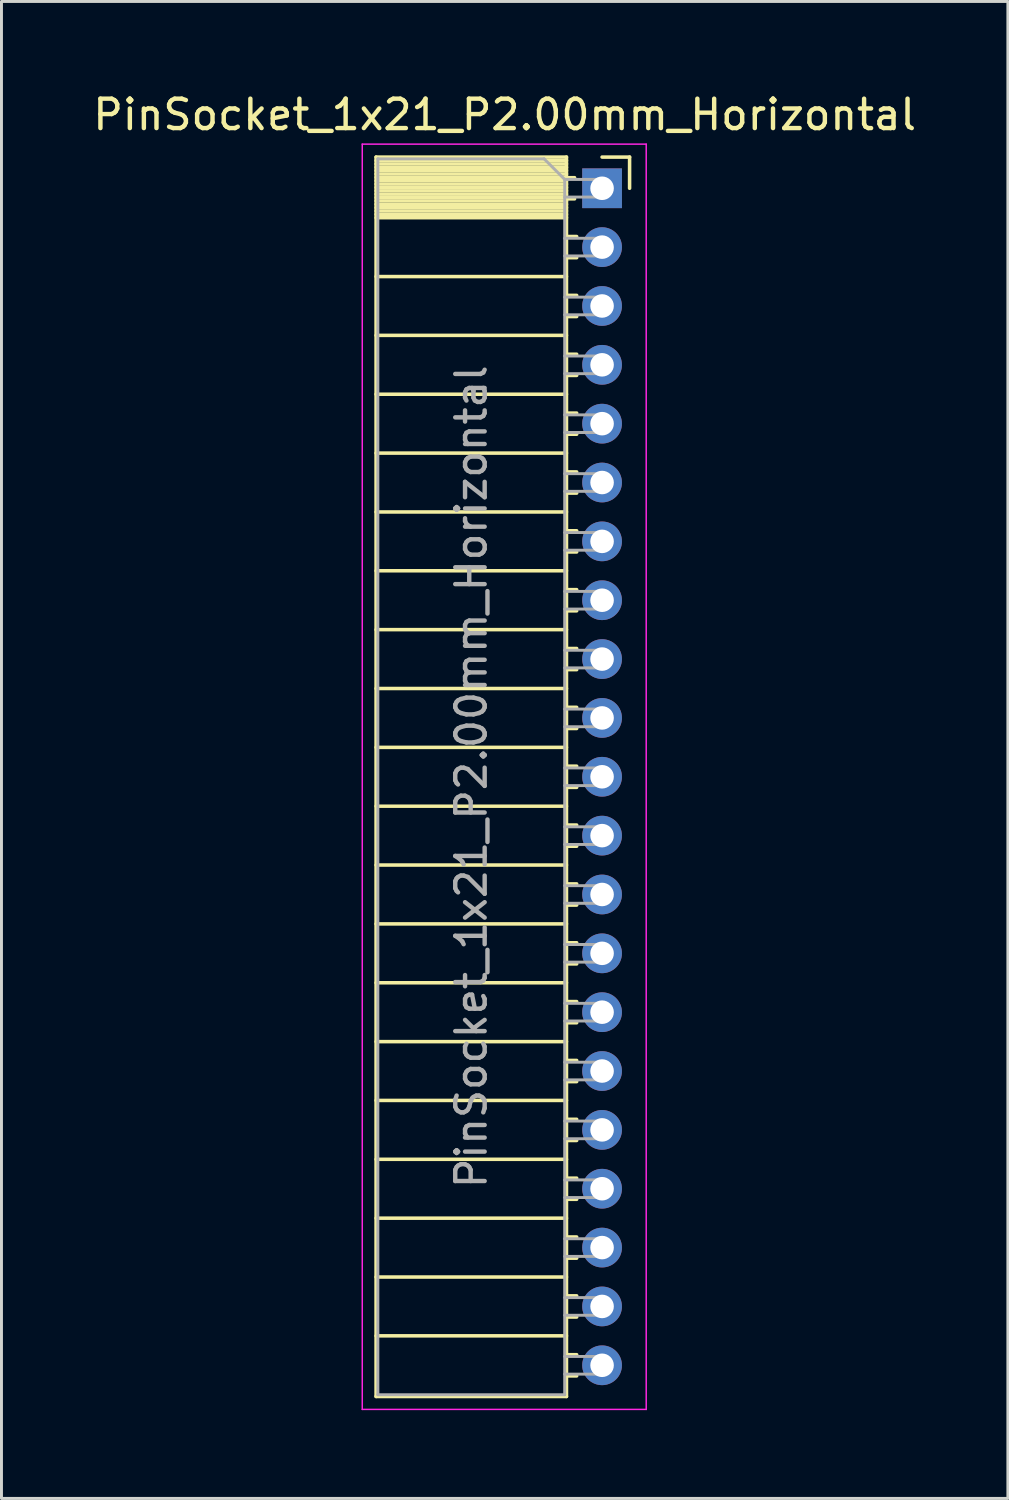
<source format=kicad_pcb>
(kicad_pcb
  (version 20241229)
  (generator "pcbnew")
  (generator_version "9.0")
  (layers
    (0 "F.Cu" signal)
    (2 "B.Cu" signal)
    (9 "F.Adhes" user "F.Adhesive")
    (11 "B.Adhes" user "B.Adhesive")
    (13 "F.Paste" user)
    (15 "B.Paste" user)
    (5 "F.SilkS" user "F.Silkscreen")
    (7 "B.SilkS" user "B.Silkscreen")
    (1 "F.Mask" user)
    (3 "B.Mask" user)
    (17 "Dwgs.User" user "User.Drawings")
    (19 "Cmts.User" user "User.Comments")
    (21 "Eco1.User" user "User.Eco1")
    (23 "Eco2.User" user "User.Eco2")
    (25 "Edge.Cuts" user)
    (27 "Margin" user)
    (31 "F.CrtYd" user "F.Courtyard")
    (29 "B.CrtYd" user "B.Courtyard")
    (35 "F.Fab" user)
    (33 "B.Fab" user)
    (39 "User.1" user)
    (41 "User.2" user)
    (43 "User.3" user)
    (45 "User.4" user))
  (footprint "PinSocket_1x21_P2.00mm_Horizontal"
    (layer "F.Cu")
    (at 17.411 3.348)
    (property "Reference" "PinSocket_1x21_P2.00mm_Horizontal" (at -3.31 -2.5 0) (layer "F.SilkS") (effects (font (size 1 1) (thickness 0.15))))
    (attr through_hole)
    (fp_line (start -7.68 -1.06) (end -7.68 41.06) (stroke (width 0.12) (type solid)) (layer "F.SilkS"))
    (fp_line (start -7.68 -1.06) (end -1.21 -1.06) (stroke (width 0.12) (type solid)) (layer "F.SilkS"))
    (fp_line (start -7.68 -0.94) (end -1.21 -0.94) (stroke (width 0.12) (type solid)) (layer "F.SilkS"))
    (fp_line (start -7.68 -0.826) (end -1.21 -0.826) (stroke (width 0.12) (type solid)) (layer "F.SilkS"))
    (fp_line (start -7.68 -0.712) (end -1.21 -0.712) (stroke (width 0.12) (type solid)) (layer "F.SilkS"))
    (fp_line (start -7.68 -0.598) (end -1.21 -0.598) (stroke (width 0.12) (type solid)) (layer "F.SilkS"))
    (fp_line (start -7.68 -0.484) (end -1.21 -0.484) (stroke (width 0.12) (type solid)) (layer "F.SilkS"))
    (fp_line (start -7.68 -0.369) (end -1.21 -0.369) (stroke (width 0.12) (type solid)) (layer "F.SilkS"))
    (fp_line (start -7.68 -0.255) (end -1.21 -0.255) (stroke (width 0.12) (type solid)) (layer "F.SilkS"))
    (fp_line (start -7.68 -0.141) (end -1.21 -0.141) (stroke (width 0.12) (type solid)) (layer "F.SilkS"))
    (fp_line (start -7.68 -0.027) (end -1.21 -0.027) (stroke (width 0.12) (type solid)) (layer "F.SilkS"))
    (fp_line (start -7.68 0.087) (end -1.21 0.087) (stroke (width 0.12) (type solid)) (layer "F.SilkS"))
    (fp_line (start -7.68 0.201) (end -1.21 0.201) (stroke (width 0.12) (type solid)) (layer "F.SilkS"))
    (fp_line (start -7.68 0.315) (end -1.21 0.315) (stroke (width 0.12) (type solid)) (layer "F.SilkS"))
    (fp_line (start -7.68 0.429) (end -1.21 0.429) (stroke (width 0.12) (type solid)) (layer "F.SilkS"))
    (fp_line (start -7.68 0.544) (end -1.21 0.544) (stroke (width 0.12) (type solid)) (layer "F.SilkS"))
    (fp_line (start -7.68 0.658) (end -1.21 0.658) (stroke (width 0.12) (type solid)) (layer "F.SilkS"))
    (fp_line (start -7.68 0.772) (end -1.21 0.772) (stroke (width 0.12) (type solid)) (layer "F.SilkS"))
    (fp_line (start -7.68 0.886) (end -1.21 0.886) (stroke (width 0.12) (type solid)) (layer "F.SilkS"))
    (fp_line (start -7.68 1) (end -1.21 1) (stroke (width 0.12) (type solid)) (layer "F.SilkS"))
    (fp_line (start -7.68 3) (end -1.21 3) (stroke (width 0.12) (type solid)) (layer "F.SilkS"))
    (fp_line (start -7.68 5) (end -1.21 5) (stroke (width 0.12) (type solid)) (layer "F.SilkS"))
    (fp_line (start -7.68 7) (end -1.21 7) (stroke (width 0.12) (type solid)) (layer "F.SilkS"))
    (fp_line (start -7.68 9) (end -1.21 9) (stroke (width 0.12) (type solid)) (layer "F.SilkS"))
    (fp_line (start -7.68 11) (end -1.21 11) (stroke (width 0.12) (type solid)) (layer "F.SilkS"))
    (fp_line (start -7.68 13) (end -1.21 13) (stroke (width 0.12) (type solid)) (layer "F.SilkS"))
    (fp_line (start -7.68 15) (end -1.21 15) (stroke (width 0.12) (type solid)) (layer "F.SilkS"))
    (fp_line (start -7.68 17) (end -1.21 17) (stroke (width 0.12) (type solid)) (layer "F.SilkS"))
    (fp_line (start -7.68 19) (end -1.21 19) (stroke (width 0.12) (type solid)) (layer "F.SilkS"))
    (fp_line (start -7.68 21) (end -1.21 21) (stroke (width 0.12) (type solid)) (layer "F.SilkS"))
    (fp_line (start -7.68 23) (end -1.21 23) (stroke (width 0.12) (type solid)) (layer "F.SilkS"))
    (fp_line (start -7.68 25) (end -1.21 25) (stroke (width 0.12) (type solid)) (layer "F.SilkS"))
    (fp_line (start -7.68 27) (end -1.21 27) (stroke (width 0.12) (type solid)) (layer "F.SilkS"))
    (fp_line (start -7.68 29) (end -1.21 29) (stroke (width 0.12) (type solid)) (layer "F.SilkS"))
    (fp_line (start -7.68 31) (end -1.21 31) (stroke (width 0.12) (type solid)) (layer "F.SilkS"))
    (fp_line (start -7.68 33) (end -1.21 33) (stroke (width 0.12) (type solid)) (layer "F.SilkS"))
    (fp_line (start -7.68 35) (end -1.21 35) (stroke (width 0.12) (type solid)) (layer "F.SilkS"))
    (fp_line (start -7.68 37) (end -1.21 37) (stroke (width 0.12) (type solid)) (layer "F.SilkS"))
    (fp_line (start -7.68 39) (end -1.21 39) (stroke (width 0.12) (type solid)) (layer "F.SilkS"))
    (fp_line (start -7.68 41.06) (end -1.21 41.06) (stroke (width 0.12) (type solid)) (layer "F.SilkS"))
    (fp_line (start -1.21 -1.06) (end -1.21 41.06) (stroke (width 0.12) (type solid)) (layer "F.SilkS"))
    (fp_line (start -1.21 -0.36) (end -0.935 -0.36) (stroke (width 0.12) (type solid)) (layer "F.SilkS"))
    (fp_line (start -1.21 0.36) (end -0.935 0.36) (stroke (width 0.12) (type solid)) (layer "F.SilkS"))
    (fp_line (start -1.21 1.64) (end -0.863 1.64) (stroke (width 0.12) (type solid)) (layer "F.SilkS"))
    (fp_line (start -1.21 2.36) (end -0.863 2.36) (stroke (width 0.12) (type solid)) (layer "F.SilkS"))
    (fp_line (start -1.21 3.64) (end -0.863 3.64) (stroke (width 0.12) (type solid)) (layer "F.SilkS"))
    (fp_line (start -1.21 4.36) (end -0.863 4.36) (stroke (width 0.12) (type solid)) (layer "F.SilkS"))
    (fp_line (start -1.21 5.64) (end -0.863 5.64) (stroke (width 0.12) (type solid)) (layer "F.SilkS"))
    (fp_line (start -1.21 6.36) (end -0.863 6.36) (stroke (width 0.12) (type solid)) (layer "F.SilkS"))
    (fp_line (start -1.21 7.64) (end -0.863 7.64) (stroke (width 0.12) (type solid)) (layer "F.SilkS"))
    (fp_line (start -1.21 8.36) (end -0.863 8.36) (stroke (width 0.12) (type solid)) (layer "F.SilkS"))
    (fp_line (start -1.21 9.64) (end -0.863 9.64) (stroke (width 0.12) (type solid)) (layer "F.SilkS"))
    (fp_line (start -1.21 10.36) (end -0.863 10.36) (stroke (width 0.12) (type solid)) (layer "F.SilkS"))
    (fp_line (start -1.21 11.64) (end -0.863 11.64) (stroke (width 0.12) (type solid)) (layer "F.SilkS"))
    (fp_line (start -1.21 12.36) (end -0.863 12.36) (stroke (width 0.12) (type solid)) (layer "F.SilkS"))
    (fp_line (start -1.21 13.64) (end -0.863 13.64) (stroke (width 0.12) (type solid)) (layer "F.SilkS"))
    (fp_line (start -1.21 14.36) (end -0.863 14.36) (stroke (width 0.12) (type solid)) (layer "F.SilkS"))
    (fp_line (start -1.21 15.64) (end -0.863 15.64) (stroke (width 0.12) (type solid)) (layer "F.SilkS"))
    (fp_line (start -1.21 16.36) (end -0.863 16.36) (stroke (width 0.12) (type solid)) (layer "F.SilkS"))
    (fp_line (start -1.21 17.64) (end -0.863 17.64) (stroke (width 0.12) (type solid)) (layer "F.SilkS"))
    (fp_line (start -1.21 18.36) (end -0.863 18.36) (stroke (width 0.12) (type solid)) (layer "F.SilkS"))
    (fp_line (start -1.21 19.64) (end -0.863 19.64) (stroke (width 0.12) (type solid)) (layer "F.SilkS"))
    (fp_line (start -1.21 20.36) (end -0.863 20.36) (stroke (width 0.12) (type solid)) (layer "F.SilkS"))
    (fp_line (start -1.21 21.64) (end -0.863 21.64) (stroke (width 0.12) (type solid)) (layer "F.SilkS"))
    (fp_line (start -1.21 22.36) (end -0.863 22.36) (stroke (width 0.12) (type solid)) (layer "F.SilkS"))
    (fp_line (start -1.21 23.64) (end -0.863 23.64) (stroke (width 0.12) (type solid)) (layer "F.SilkS"))
    (fp_line (start -1.21 24.36) (end -0.863 24.36) (stroke (width 0.12) (type solid)) (layer "F.SilkS"))
    (fp_line (start -1.21 25.64) (end -0.863 25.64) (stroke (width 0.12) (type solid)) (layer "F.SilkS"))
    (fp_line (start -1.21 26.36) (end -0.863 26.36) (stroke (width 0.12) (type solid)) (layer "F.SilkS"))
    (fp_line (start -1.21 27.64) (end -0.863 27.64) (stroke (width 0.12) (type solid)) (layer "F.SilkS"))
    (fp_line (start -1.21 28.36) (end -0.863 28.36) (stroke (width 0.12) (type solid)) (layer "F.SilkS"))
    (fp_line (start -1.21 29.64) (end -0.863 29.64) (stroke (width 0.12) (type solid)) (layer "F.SilkS"))
    (fp_line (start -1.21 30.36) (end -0.863 30.36) (stroke (width 0.12) (type solid)) (layer "F.SilkS"))
    (fp_line (start -1.21 31.64) (end -0.863 31.64) (stroke (width 0.12) (type solid)) (layer "F.SilkS"))
    (fp_line (start -1.21 32.36) (end -0.863 32.36) (stroke (width 0.12) (type solid)) (layer "F.SilkS"))
    (fp_line (start -1.21 33.64) (end -0.863 33.64) (stroke (width 0.12) (type solid)) (layer "F.SilkS"))
    (fp_line (start -1.21 34.36) (end -0.863 34.36) (stroke (width 0.12) (type solid)) (layer "F.SilkS"))
    (fp_line (start -1.21 35.64) (end -0.863 35.64) (stroke (width 0.12) (type solid)) (layer "F.SilkS"))
    (fp_line (start -1.21 36.36) (end -0.863 36.36) (stroke (width 0.12) (type solid)) (layer "F.SilkS"))
    (fp_line (start -1.21 37.64) (end -0.863 37.64) (stroke (width 0.12) (type solid)) (layer "F.SilkS"))
    (fp_line (start -1.21 38.36) (end -0.863 38.36) (stroke (width 0.12) (type solid)) (layer "F.SilkS"))
    (fp_line (start -1.21 39.64) (end -0.863 39.64) (stroke (width 0.12) (type solid)) (layer "F.SilkS"))
    (fp_line (start -1.21 40.36) (end -0.863 40.36) (stroke (width 0.12) (type solid)) (layer "F.SilkS"))
    (fp_line (start 0 -1.06) (end 0.935 -1.06) (stroke (width 0.12) (type solid)) (layer "F.SilkS"))
    (fp_line (start 0.935 -1.06) (end 0.935 0) (stroke (width 0.12) (type solid)) (layer "F.SilkS"))
    (fp_line (start -8.15 -1.5) (end -8.15 41.5) (stroke (width 0.05) (type solid)) (layer "F.CrtYd"))
    (fp_line (start -8.15 41.5) (end 1.5 41.5) (stroke (width 0.05) (type solid)) (layer "F.CrtYd"))
    (fp_line (start 1.5 -1.5) (end -8.15 -1.5) (stroke (width 0.05) (type solid)) (layer "F.CrtYd"))
    (fp_line (start 1.5 41.5) (end 1.5 -1.5) (stroke (width 0.05) (type solid)) (layer "F.CrtYd"))
    (fp_line (start -7.62 -1) (end -1.97 -1) (stroke (width 0.1) (type solid)) (layer "F.Fab"))
    (fp_line (start -7.62 41) (end -7.62 -1) (stroke (width 0.1) (type solid)) (layer "F.Fab"))
    (fp_line (start -1.97 -1) (end -1.27 -0.3) (stroke (width 0.1) (type solid)) (layer "F.Fab"))
    (fp_line (start -1.27 -0.3) (end -1.27 41) (stroke (width 0.1) (type solid)) (layer "F.Fab"))
    (fp_line (start -1.27 0.3) (end 0 0.3) (stroke (width 0.1) (type solid)) (layer "F.Fab"))
    (fp_line (start -1.27 2.3) (end 0 2.3) (stroke (width 0.1) (type solid)) (layer "F.Fab"))
    (fp_line (start -1.27 4.3) (end 0 4.3) (stroke (width 0.1) (type solid)) (layer "F.Fab"))
    (fp_line (start -1.27 6.3) (end 0 6.3) (stroke (width 0.1) (type solid)) (layer "F.Fab"))
    (fp_line (start -1.27 8.3) (end 0 8.3) (stroke (width 0.1) (type solid)) (layer "F.Fab"))
    (fp_line (start -1.27 10.3) (end 0 10.3) (stroke (width 0.1) (type solid)) (layer "F.Fab"))
    (fp_line (start -1.27 12.3) (end 0 12.3) (stroke (width 0.1) (type solid)) (layer "F.Fab"))
    (fp_line (start -1.27 14.3) (end 0 14.3) (stroke (width 0.1) (type solid)) (layer "F.Fab"))
    (fp_line (start -1.27 16.3) (end 0 16.3) (stroke (width 0.1) (type solid)) (layer "F.Fab"))
    (fp_line (start -1.27 18.3) (end 0 18.3) (stroke (width 0.1) (type solid)) (layer "F.Fab"))
    (fp_line (start -1.27 20.3) (end 0 20.3) (stroke (width 0.1) (type solid)) (layer "F.Fab"))
    (fp_line (start -1.27 22.3) (end 0 22.3) (stroke (width 0.1) (type solid)) (layer "F.Fab"))
    (fp_line (start -1.27 24.3) (end 0 24.3) (stroke (width 0.1) (type solid)) (layer "F.Fab"))
    (fp_line (start -1.27 26.3) (end 0 26.3) (stroke (width 0.1) (type solid)) (layer "F.Fab"))
    (fp_line (start -1.27 28.3) (end 0 28.3) (stroke (width 0.1) (type solid)) (layer "F.Fab"))
    (fp_line (start -1.27 30.3) (end 0 30.3) (stroke (width 0.1) (type solid)) (layer "F.Fab"))
    (fp_line (start -1.27 32.3) (end 0 32.3) (stroke (width 0.1) (type solid)) (layer "F.Fab"))
    (fp_line (start -1.27 34.3) (end 0 34.3) (stroke (width 0.1) (type solid)) (layer "F.Fab"))
    (fp_line (start -1.27 36.3) (end 0 36.3) (stroke (width 0.1) (type solid)) (layer "F.Fab"))
    (fp_line (start -1.27 38.3) (end 0 38.3) (stroke (width 0.1) (type solid)) (layer "F.Fab"))
    (fp_line (start -1.27 40.3) (end 0 40.3) (stroke (width 0.1) (type solid)) (layer "F.Fab"))
    (fp_line (start -1.27 41) (end -7.62 41) (stroke (width 0.1) (type solid)) (layer "F.Fab"))
    (fp_line (start 0 -0.3) (end -1.27 -0.3) (stroke (width 0.1) (type solid)) (layer "F.Fab"))
    (fp_line (start 0 0.3) (end 0 -0.3) (stroke (width 0.1) (type solid)) (layer "F.Fab"))
    (fp_line (start 0 1.7) (end -1.27 1.7) (stroke (width 0.1) (type solid)) (layer "F.Fab"))
    (fp_line (start 0 2.3) (end 0 1.7) (stroke (width 0.1) (type solid)) (layer "F.Fab"))
    (fp_line (start 0 3.7) (end -1.27 3.7) (stroke (width 0.1) (type solid)) (layer "F.Fab"))
    (fp_line (start 0 4.3) (end 0 3.7) (stroke (width 0.1) (type solid)) (layer "F.Fab"))
    (fp_line (start 0 5.7) (end -1.27 5.7) (stroke (width 0.1) (type solid)) (layer "F.Fab"))
    (fp_line (start 0 6.3) (end 0 5.7) (stroke (width 0.1) (type solid)) (layer "F.Fab"))
    (fp_line (start 0 7.7) (end -1.27 7.7) (stroke (width 0.1) (type solid)) (layer "F.Fab"))
    (fp_line (start 0 8.3) (end 0 7.7) (stroke (width 0.1) (type solid)) (layer "F.Fab"))
    (fp_line (start 0 9.7) (end -1.27 9.7) (stroke (width 0.1) (type solid)) (layer "F.Fab"))
    (fp_line (start 0 10.3) (end 0 9.7) (stroke (width 0.1) (type solid)) (layer "F.Fab"))
    (fp_line (start 0 11.7) (end -1.27 11.7) (stroke (width 0.1) (type solid)) (layer "F.Fab"))
    (fp_line (start 0 12.3) (end 0 11.7) (stroke (width 0.1) (type solid)) (layer "F.Fab"))
    (fp_line (start 0 13.7) (end -1.27 13.7) (stroke (width 0.1) (type solid)) (layer "F.Fab"))
    (fp_line (start 0 14.3) (end 0 13.7) (stroke (width 0.1) (type solid)) (layer "F.Fab"))
    (fp_line (start 0 15.7) (end -1.27 15.7) (stroke (width 0.1) (type solid)) (layer "F.Fab"))
    (fp_line (start 0 16.3) (end 0 15.7) (stroke (width 0.1) (type solid)) (layer "F.Fab"))
    (fp_line (start 0 17.7) (end -1.27 17.7) (stroke (width 0.1) (type solid)) (layer "F.Fab"))
    (fp_line (start 0 18.3) (end 0 17.7) (stroke (width 0.1) (type solid)) (layer "F.Fab"))
    (fp_line (start 0 19.7) (end -1.27 19.7) (stroke (width 0.1) (type solid)) (layer "F.Fab"))
    (fp_line (start 0 20.3) (end 0 19.7) (stroke (width 0.1) (type solid)) (layer "F.Fab"))
    (fp_line (start 0 21.7) (end -1.27 21.7) (stroke (width 0.1) (type solid)) (layer "F.Fab"))
    (fp_line (start 0 22.3) (end 0 21.7) (stroke (width 0.1) (type solid)) (layer "F.Fab"))
    (fp_line (start 0 23.7) (end -1.27 23.7) (stroke (width 0.1) (type solid)) (layer "F.Fab"))
    (fp_line (start 0 24.3) (end 0 23.7) (stroke (width 0.1) (type solid)) (layer "F.Fab"))
    (fp_line (start 0 25.7) (end -1.27 25.7) (stroke (width 0.1) (type solid)) (layer "F.Fab"))
    (fp_line (start 0 26.3) (end 0 25.7) (stroke (width 0.1) (type solid)) (layer "F.Fab"))
    (fp_line (start 0 27.7) (end -1.27 27.7) (stroke (width 0.1) (type solid)) (layer "F.Fab"))
    (fp_line (start 0 28.3) (end 0 27.7) (stroke (width 0.1) (type solid)) (layer "F.Fab"))
    (fp_line (start 0 29.7) (end -1.27 29.7) (stroke (width 0.1) (type solid)) (layer "F.Fab"))
    (fp_line (start 0 30.3) (end 0 29.7) (stroke (width 0.1) (type solid)) (layer "F.Fab"))
    (fp_line (start 0 31.7) (end -1.27 31.7) (stroke (width 0.1) (type solid)) (layer "F.Fab"))
    (fp_line (start 0 32.3) (end 0 31.7) (stroke (width 0.1) (type solid)) (layer "F.Fab"))
    (fp_line (start 0 33.7) (end -1.27 33.7) (stroke (width 0.1) (type solid)) (layer "F.Fab"))
    (fp_line (start 0 34.3) (end 0 33.7) (stroke (width 0.1) (type solid)) (layer "F.Fab"))
    (fp_line (start 0 35.7) (end -1.27 35.7) (stroke (width 0.1) (type solid)) (layer "F.Fab"))
    (fp_line (start 0 36.3) (end 0 35.7) (stroke (width 0.1) (type solid)) (layer "F.Fab"))
    (fp_line (start 0 37.7) (end -1.27 37.7) (stroke (width 0.1) (type solid)) (layer "F.Fab"))
    (fp_line (start 0 38.3) (end 0 37.7) (stroke (width 0.1) (type solid)) (layer "F.Fab"))
    (fp_line (start 0 39.7) (end -1.27 39.7) (stroke (width 0.1) (type solid)) (layer "F.Fab"))
    (fp_line (start 0 40.3) (end 0 39.7) (stroke (width 0.1) (type solid)) (layer "F.Fab"))
    (fp_text user "${REFERENCE}" (at -4.445 20 90) (layer "F.Fab") (effects (font (size 1 1) (thickness 0.15))))
    (pad "1" thru_hole rect (at 0 0) (size 1.35 1.35) (drill 0.8) (layers "*.Cu" "*.Mask"))
    (pad "2" thru_hole oval (at 0 2) (size 1.35 1.35) (drill 0.8) (layers "*.Cu" "*.Mask"))
    (pad "3" thru_hole oval (at 0 4) (size 1.35 1.35) (drill 0.8) (layers "*.Cu" "*.Mask"))
    (pad "4" thru_hole oval (at 0 6) (size 1.35 1.35) (drill 0.8) (layers "*.Cu" "*.Mask"))
    (pad "5" thru_hole oval (at 0 8) (size 1.35 1.35) (drill 0.8) (layers "*.Cu" "*.Mask"))
    (pad "6" thru_hole oval (at 0 10) (size 1.35 1.35) (drill 0.8) (layers "*.Cu" "*.Mask"))
    (pad "7" thru_hole oval (at 0 12) (size 1.35 1.35) (drill 0.8) (layers "*.Cu" "*.Mask"))
    (pad "8" thru_hole oval (at 0 14) (size 1.35 1.35) (drill 0.8) (layers "*.Cu" "*.Mask"))
    (pad "9" thru_hole oval (at 0 16) (size 1.35 1.35) (drill 0.8) (layers "*.Cu" "*.Mask"))
    (pad "10" thru_hole oval (at 0 18) (size 1.35 1.35) (drill 0.8) (layers "*.Cu" "*.Mask"))
    (pad "11" thru_hole oval (at 0 20) (size 1.35 1.35) (drill 0.8) (layers "*.Cu" "*.Mask"))
    (pad "12" thru_hole oval (at 0 22) (size 1.35 1.35) (drill 0.8) (layers "*.Cu" "*.Mask"))
    (pad "13" thru_hole oval (at 0 24) (size 1.35 1.35) (drill 0.8) (layers "*.Cu" "*.Mask"))
    (pad "14" thru_hole oval (at 0 26) (size 1.35 1.35) (drill 0.8) (layers "*.Cu" "*.Mask"))
    (pad "15" thru_hole oval (at 0 28) (size 1.35 1.35) (drill 0.8) (layers "*.Cu" "*.Mask"))
    (pad "16" thru_hole oval (at 0 30) (size 1.35 1.35) (drill 0.8) (layers "*.Cu" "*.Mask"))
    (pad "17" thru_hole oval (at 0 32) (size 1.35 1.35) (drill 0.8) (layers "*.Cu" "*.Mask"))
    (pad "18" thru_hole oval (at 0 34) (size 1.35 1.35) (drill 0.8) (layers "*.Cu" "*.Mask"))
    (pad "19" thru_hole oval (at 0 36) (size 1.35 1.35) (drill 0.8) (layers "*.Cu" "*.Mask"))
    (pad "20" thru_hole oval (at 0 38) (size 1.35 1.35) (drill 0.8) (layers "*.Cu" "*.Mask"))
    (pad "21" thru_hole oval (at 0 40) (size 1.35 1.35) (drill 0.8) (layers "*.Cu" "*.Mask")))
  (gr_rect
    (start -3 -3)
    (end 31.202 47.873)
    (stroke (width 0.1) (type default))
    (fill no)
    (layer "Edge.Cuts")))
</source>
